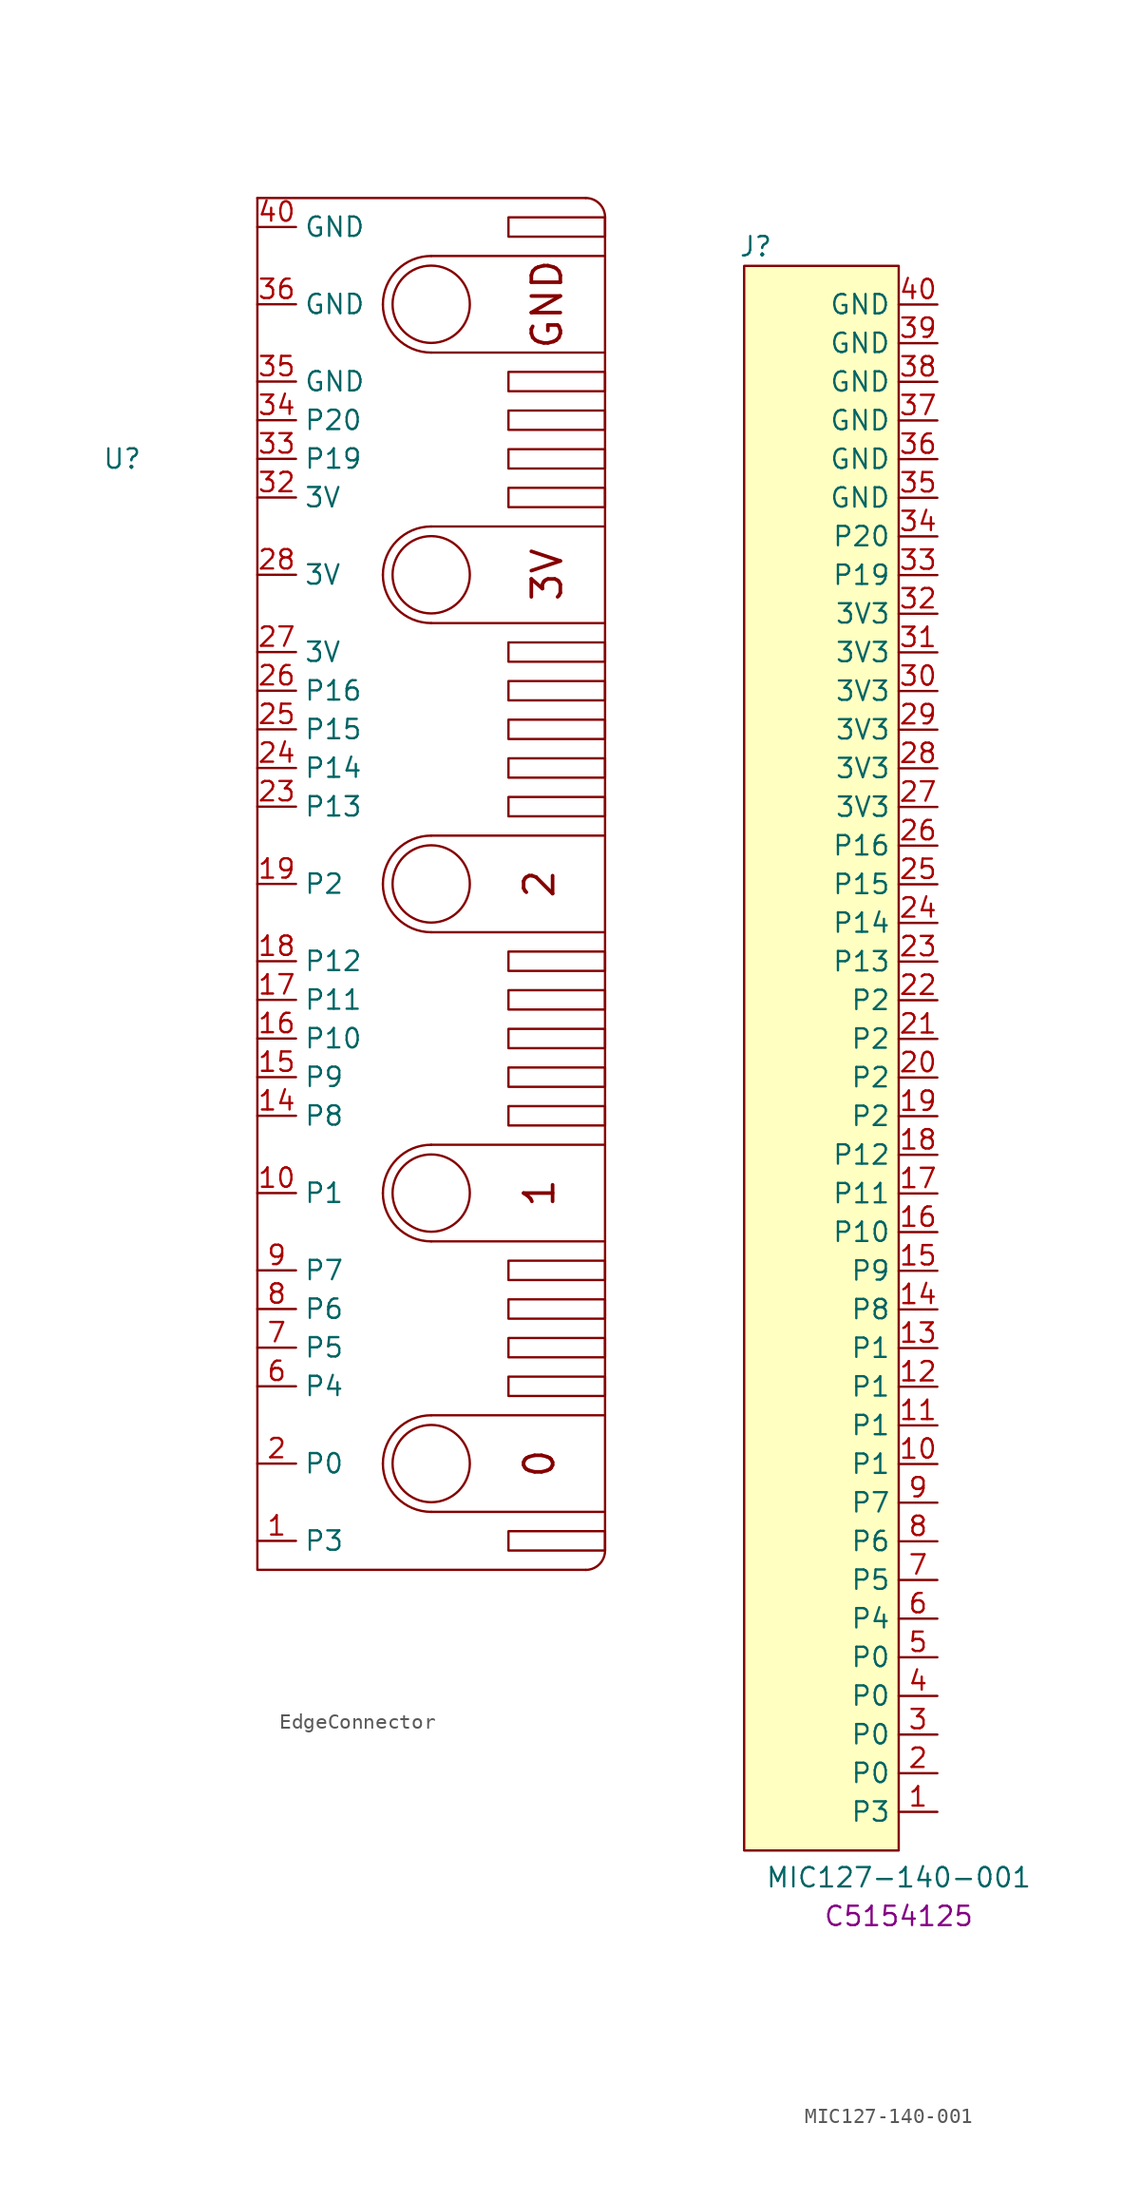
<source format=kicad_sym>
(kicad_symbol_lib
  (version 20241209)
  (generator "kicad_symbol_editor")
  (generator_version "9.0")
  (symbol "EdgeConnector"
    (property "Reference" "U"
      (at -8.89 27.94 0)
      (effects (font (size 1.27 1.27))))
    (property "Value" ""
      (at -3.81 0 0)
      (effects (font (size 1.27 1.27))))
    (symbol "EdgeConnector_0_1"
      (polyline (pts (xy 11.43 41.275) (xy 22.86 41.275)) (stroke (width 0) (type default)) (fill (type none)))
      (arc (start 8.255 38.1) (mid 9.1849 40.3451) (end 11.43 41.275) (stroke (width 0) (type default)) (fill (type none)))
      (circle (center 11.43 38.1) (radius 2.54) (stroke (width 0) (type default)) (fill (type none)))
      (arc (start 11.43 34.925) (mid 9.1849 35.8549) (end 8.255 38.1) (stroke (width 0) (type default)) (fill (type none)))
      (polyline (pts (xy 11.43 34.925) (xy 22.86 34.925)) (stroke (width 0) (type default)) (fill (type none)))
      (polyline (pts (xy 11.43 23.495) (xy 22.86 23.495)) (stroke (width 0) (type default)) (fill (type none)))
      (arc (start 8.255 20.32) (mid 9.1849 22.5651) (end 11.43 23.495) (stroke (width 0) (type default)) (fill (type none)))
      (circle (center 11.43 20.32) (radius 2.54) (stroke (width 0) (type default)) (fill (type none)))
      (arc (start 11.43 17.145) (mid 9.1849 18.0749) (end 8.255 20.32) (stroke (width 0) (type default)) (fill (type none)))
      (polyline (pts (xy 11.43 17.145) (xy 22.86 17.145)) (stroke (width 0) (type default)) (fill (type none)))
      (polyline (pts (xy 11.43 3.175) (xy 22.86 3.175)) (stroke (width 0) (type default)) (fill (type none)))
      (arc (start 8.255 0) (mid 9.1849 2.2451) (end 11.43 3.175) (stroke (width 0) (type default)) (fill (type none)))
      (circle (center 11.43 0) (radius 2.54) (stroke (width 0) (type default)) (fill (type none)))
      (arc (start 11.43 -3.175) (mid 9.1849 -2.2451) (end 8.255 0) (stroke (width 0) (type default)) (fill (type none)))
      (polyline (pts (xy 11.43 -3.175) (xy 22.86 -3.175)) (stroke (width 0) (type default)) (fill (type none)))
      (polyline (pts (xy 11.43 -17.145) (xy 22.86 -17.145)) (stroke (width 0) (type default)) (fill (type none)))
      (arc (start 8.255 -20.32) (mid 9.1849 -18.0749) (end 11.43 -17.145) (stroke (width 0) (type default)) (fill (type none)))
      (circle (center 11.43 -20.32) (radius 2.54) (stroke (width 0) (type default)) (fill (type none)))
      (arc (start 11.43 -23.495) (mid 9.1849 -22.5651) (end 8.255 -20.32) (stroke (width 0) (type default)) (fill (type none)))
      (polyline (pts (xy 11.43 -23.495) (xy 22.86 -23.495)) (stroke (width 0) (type default)) (fill (type none)))
      (polyline (pts (xy 11.43 -34.925) (xy 22.86 -34.925)) (stroke (width 0) (type default)) (fill (type none)))
      (arc (start 8.255 -38.1) (mid 9.1849 -35.8549) (end 11.43 -34.925) (stroke (width 0) (type default)) (fill (type none)))
      (circle (center 11.43 -38.1) (radius 2.54) (stroke (width 0) (type default)) (fill (type none)))
      (arc (start 11.43 -41.275) (mid 9.1849 -40.3451) (end 8.255 -38.1) (stroke (width 0) (type default)) (fill (type none)))
      (polyline (pts (xy 11.43 -41.275) (xy 22.86 -41.275)) (stroke (width 0) (type default)) (fill (type none)))
      (rectangle (start 16.51 33.655) (end 22.86 32.385) (stroke (width 0) (type default)) (fill (type none)))
      (rectangle (start 16.51 31.115) (end 22.86 29.845) (stroke (width 0) (type default)) (fill (type none)))
      (rectangle (start 16.51 28.575) (end 22.86 27.305) (stroke (width 0) (type default)) (fill (type none)))
      (rectangle (start 16.51 26.035) (end 22.86 24.765) (stroke (width 0) (type default)) (fill (type none)))
      (rectangle (start 16.51 15.875) (end 22.86 14.605) (stroke (width 0) (type default)) (fill (type none)))
      (rectangle (start 16.51 13.335) (end 22.86 12.065) (stroke (width 0) (type default)) (fill (type none)))
      (rectangle (start 16.51 10.795) (end 22.86 9.525) (stroke (width 0) (type default)) (fill (type none)))
      (rectangle (start 16.51 8.255) (end 22.86 6.985) (stroke (width 0) (type default)) (fill (type none)))
      (rectangle (start 16.51 5.715) (end 22.86 4.445) (stroke (width 0) (type default)) (fill (type none)))
      (rectangle (start 16.51 -4.445) (end 22.86 -5.715) (stroke (width 0) (type default)) (fill (type none)))
      (rectangle (start 16.51 -6.985) (end 22.86 -8.255) (stroke (width 0) (type default)) (fill (type none)))
      (rectangle (start 16.51 -9.525) (end 22.86 -10.795) (stroke (width 0) (type default)) (fill (type none)))
      (rectangle (start 16.51 -12.065) (end 22.86 -13.335) (stroke (width 0) (type default)) (fill (type none)))
      (rectangle (start 16.51 -14.605) (end 22.86 -15.875) (stroke (width 0) (type default)) (fill (type none)))
      (rectangle (start 16.51 -24.765) (end 22.86 -26.035) (stroke (width 0) (type default)) (fill (type none)))
      (rectangle (start 16.51 -27.305) (end 22.86 -28.575) (stroke (width 0) (type default)) (fill (type none)))
      (rectangle (start 16.51 -29.845) (end 22.86 -31.115) (stroke (width 0) (type default)) (fill (type none)))
      (rectangle (start 16.51 -32.385) (end 22.86 -33.655) (stroke (width 0) (type default)) (fill (type none)))
      (polyline (pts (xy 21.59 45.085) (xy 0 45.085)) (stroke (width 0) (type default)) (fill (type none)))
      (polyline (pts (xy 22.86 43.815) (xy 22.86 -43.815)) (stroke (width 0) (type default)) (fill (type none))))
    (symbol "EdgeConnector_1_1"
      (rectangle (start 16.51 43.815) (end 22.86 42.545) (stroke (width 0) (type solid)) (fill (type none)))
      (rectangle (start 16.51 -42.545) (end 22.86 -43.815) (stroke (width 0) (type default)) (fill (type none)))
      (arc (start 21.59 45.085) (mid 22.488 44.713) (end 22.86 43.815) (stroke (width 0) (type default)) (fill (type none)))
      (arc (start 22.86 -43.815) (mid 22.488 -44.713) (end 21.59 -45.085) (stroke (width 0) (type default)) (fill (type none)))
      (polyline (pts (xy 21.59 -45.085) (xy 0 -45.085) (xy 0 45.085)) (stroke (width 0) (type default)) (fill (type none)))
      (text "2" (at 18.542 0 900) (effects (font (size 1.905 1.905) (thickness 0.238))))
      (text "1" (at 18.542 -20.32 900) (effects (font (size 1.905 1.905) (thickness 0.238))))
      (text "0" (at 18.542 -38.1 900) (effects (font (size 1.905 1.905) (thickness 0.238))))
      (text "GND" (at 19.05 38.1 900) (effects (font (size 1.905 1.905) (thickness 0.238))))
      (text "3V" (at 19.05 20.32 900) (effects (font (size 1.905 1.905) (thickness 0.238))))
      (pin bidirectional line (at 0 43.18 0) (length 2.54) (name "GND" (effects (font (size 1.27 1.27)))) (number "40" (effects (font (size 1.27 1.27)))))
      (pin bidirectional line (at 0 38.1 0) (length 2.54) (name "GND" (effects (font (size 1.27 1.27)))) (number "36" (effects (font (size 1.27 1.27)))))
      (pin bidirectional line (at 0 33.02 0) (length 2.54) (name "GND" (effects (font (size 1.27 1.27)))) (number "35" (effects (font (size 1.27 1.27)))))
      (pin bidirectional line (at 0 30.48 0) (length 2.54) (name "P20" (effects (font (size 1.27 1.27)))) (number "34" (effects (font (size 1.27 1.27)))))
      (pin bidirectional line (at 0 27.94 0) (length 2.54) (name "P19" (effects (font (size 1.27 1.27)))) (number "33" (effects (font (size 1.27 1.27)))))
      (pin bidirectional line (at 0 25.4 0) (length 2.54) (name "3V" (effects (font (size 1.27 1.27)))) (number "32" (effects (font (size 1.27 1.27)))))
      (pin bidirectional line (at 0 20.32 0) (length 2.54) (name "3V" (effects (font (size 1.27 1.27)))) (number "28" (effects (font (size 1.27 1.27)))))
      (pin bidirectional line (at 0 15.24 0) (length 2.54) (name "3V" (effects (font (size 1.27 1.27)))) (number "27" (effects (font (size 1.27 1.27)))))
      (pin bidirectional line (at 0 12.7 0) (length 2.54) (name "P16" (effects (font (size 1.27 1.27)))) (number "26" (effects (font (size 1.27 1.27)))))
      (pin bidirectional line (at 0 10.16 0) (length 2.54) (name "P15" (effects (font (size 1.27 1.27)))) (number "25" (effects (font (size 1.27 1.27)))))
      (pin bidirectional line (at 0 7.62 0) (length 2.54) (name "P14" (effects (font (size 1.27 1.27)))) (number "24" (effects (font (size 1.27 1.27)))))
      (pin bidirectional line (at 0 5.08 0) (length 2.54) (name "P13" (effects (font (size 1.27 1.27)))) (number "23" (effects (font (size 1.27 1.27)))))
      (pin bidirectional line (at 0 0 0) (length 2.54) (name "P2" (effects (font (size 1.27 1.27)))) (number "19" (effects (font (size 1.27 1.27)))))
      (pin bidirectional line (at 0 -5.08 0) (length 2.54) (name "P12" (effects (font (size 1.27 1.27)))) (number "18" (effects (font (size 1.27 1.27)))))
      (pin bidirectional line (at 0 -7.62 0) (length 2.54) (name "P11" (effects (font (size 1.27 1.27)))) (number "17" (effects (font (size 1.27 1.27)))))
      (pin bidirectional line (at 0 -10.16 0) (length 2.54) (name "P10" (effects (font (size 1.27 1.27)))) (number "16" (effects (font (size 1.27 1.27)))))
      (pin bidirectional line (at 0 -12.7 0) (length 2.54) (name "P9" (effects (font (size 1.27 1.27)))) (number "15" (effects (font (size 1.27 1.27)))))
      (pin bidirectional line (at 0 -15.24 0) (length 2.54) (name "P8" (effects (font (size 1.27 1.27)))) (number "14" (effects (font (size 1.27 1.27)))))
      (pin bidirectional line (at 0 -20.32 0) (length 2.54) (name "P1" (effects (font (size 1.27 1.27)))) (number "10" (effects (font (size 1.27 1.27)))))
      (pin bidirectional line (at 0 -25.4 0) (length 2.54) (name "P7" (effects (font (size 1.27 1.27)))) (number "9" (effects (font (size 1.27 1.27)))))
      (pin bidirectional line (at 0 -27.94 0) (length 2.54) (name "P6" (effects (font (size 1.27 1.27)))) (number "8" (effects (font (size 1.27 1.27)))))
      (pin bidirectional line (at 0 -30.48 0) (length 2.54) (name "P5" (effects (font (size 1.27 1.27)))) (number "7" (effects (font (size 1.27 1.27)))))
      (pin bidirectional line (at 0 -33.02 0) (length 2.54) (name "P4" (effects (font (size 1.27 1.27)))) (number "6" (effects (font (size 1.27 1.27)))))
      (pin bidirectional line (at 0 -38.1 0) (length 2.54) (name "P0" (effects (font (size 1.27 1.27)))) (number "2" (effects (font (size 1.27 1.27)))))
      (pin bidirectional line (at 0 -43.18 0) (length 2.54) (name "P3" (effects (font (size 1.27 1.27)))) (number "1" (effects (font (size 1.27 1.27)))))))
  (symbol "MIC127-140-001"
    (property "Reference" "J"
      (at -9.398 54.61 0)
      (effects (font (size 1.27 1.27))))
    (property "Value" "MIC127-140-001"
      (at 0 -52.578 0)
      (effects (font (size 1.27 1.27))))
    (property "LCSC Part" "C5154125"
      (at 0 -55.118 0)
      (effects (font (size 1.27 1.27))))
    (symbol "MIC127-140-001_0_1"
      (rectangle (start -10.16 53.34) (end 0 -50.8) (stroke (width 0) (type default)) (fill (type background)))
      (pin unspecified line (at 2.54 45.72 180) (length 2.54) (name "GND" (effects (font (size 1.27 1.27)))) (number "38" (effects (font (size 1.27 1.27)))))
      (pin unspecified line (at 2.54 43.18 180) (length 2.54) (name "GND" (effects (font (size 1.27 1.27)))) (number "37" (effects (font (size 1.27 1.27)))))
      (pin unspecified line (at 2.54 40.64 180) (length 2.54) (name "GND" (effects (font (size 1.27 1.27)))) (number "36" (effects (font (size 1.27 1.27)))))
      (pin unspecified line (at 2.54 38.1 180) (length 2.54) (name "GND" (effects (font (size 1.27 1.27)))) (number "35" (effects (font (size 1.27 1.27)))))
      (pin unspecified line (at 2.54 35.56 180) (length 2.54) (name "P20" (effects (font (size 1.27 1.27)))) (number "34" (effects (font (size 1.27 1.27)))))
      (pin unspecified line (at 2.54 33.02 180) (length 2.54) (name "P19" (effects (font (size 1.27 1.27)))) (number "33" (effects (font (size 1.27 1.27)))))
      (pin unspecified line (at 2.54 27.94 180) (length 2.54) (name "3V3" (effects (font (size 1.27 1.27)))) (number "31" (effects (font (size 1.27 1.27)))))
      (pin unspecified line (at 2.54 25.4 180) (length 2.54) (name "3V3" (effects (font (size 1.27 1.27)))) (number "30" (effects (font (size 1.27 1.27)))))
      (pin unspecified line (at 2.54 22.86 180) (length 2.54) (name "3V3" (effects (font (size 1.27 1.27)))) (number "29" (effects (font (size 1.27 1.27)))))
      (pin unspecified line (at 2.54 20.32 180) (length 2.54) (name "3V3" (effects (font (size 1.27 1.27)))) (number "28" (effects (font (size 1.27 1.27)))))
      (pin unspecified line (at 2.54 17.78 180) (length 2.54) (name "3V3" (effects (font (size 1.27 1.27)))) (number "27" (effects (font (size 1.27 1.27)))))
      (pin unspecified line (at 2.54 5.08 180) (length 2.54) (name "P2" (effects (font (size 1.27 1.27)))) (number "22" (effects (font (size 1.27 1.27)))))
      (pin unspecified line (at 2.54 2.54 180) (length 2.54) (name "P2" (effects (font (size 1.27 1.27)))) (number "21" (effects (font (size 1.27 1.27)))))
      (pin unspecified line (at 2.54 0 180) (length 2.54) (name "P2" (effects (font (size 1.27 1.27)))) (number "20" (effects (font (size 1.27 1.27)))))
      (pin unspecified line (at 2.54 -2.54 180) (length 2.54) (name "P2" (effects (font (size 1.27 1.27)))) (number "19" (effects (font (size 1.27 1.27)))))
      (pin unspecified line (at 2.54 -17.78 180) (length 2.54) (name "P1" (effects (font (size 1.27 1.27)))) (number "13" (effects (font (size 1.27 1.27)))))
      (pin unspecified line (at 2.54 -20.32 180) (length 2.54) (name "P1" (effects (font (size 1.27 1.27)))) (number "12" (effects (font (size 1.27 1.27)))))
      (pin unspecified line (at 2.54 -22.86 180) (length 2.54) (name "P1" (effects (font (size 1.27 1.27)))) (number "11" (effects (font (size 1.27 1.27)))))
      (pin unspecified line (at 2.54 -25.4 180) (length 2.54) (name "P1" (effects (font (size 1.27 1.27)))) (number "10" (effects (font (size 1.27 1.27)))))
      (pin unspecified line (at 2.54 -40.64 180) (length 2.54) (name "P0" (effects (font (size 1.27 1.27)))) (number "4" (effects (font (size 1.27 1.27)))))
      (pin unspecified line (at 2.54 -43.18 180) (length 2.54) (name "P0" (effects (font (size 1.27 1.27)))) (number "3" (effects (font (size 1.27 1.27)))))
      (pin unspecified line (at 2.54 -45.72 180) (length 2.54) (name "P0" (effects (font (size 1.27 1.27)))) (number "2" (effects (font (size 1.27 1.27))))))
    (symbol "MIC127-140-001_1_1"
      (pin unspecified line (at 2.54 50.8 180) (length 2.54) (name "GND" (effects (font (size 1.27 1.27)))) (number "40" (effects (font (size 1.27 1.27)))))
      (pin unspecified line (at 2.54 48.26 180) (length 2.54) (name "GND" (effects (font (size 1.27 1.27)))) (number "39" (effects (font (size 1.27 1.27)))))
      (pin unspecified line (at 2.54 30.48 180) (length 2.54) (name "3V3" (effects (font (size 1.27 1.27)))) (number "32" (effects (font (size 1.27 1.27)))))
      (pin unspecified line (at 2.54 15.24 180) (length 2.54) (name "P16" (effects (font (size 1.27 1.27)))) (number "26" (effects (font (size 1.27 1.27)))))
      (pin unspecified line (at 2.54 12.7 180) (length 2.54) (name "P15" (effects (font (size 1.27 1.27)))) (number "25" (effects (font (size 1.27 1.27)))))
      (pin unspecified line (at 2.54 10.16 180) (length 2.54) (name "P14" (effects (font (size 1.27 1.27)))) (number "24" (effects (font (size 1.27 1.27)))))
      (pin unspecified line (at 2.54 7.62 180) (length 2.54) (name "P13" (effects (font (size 1.27 1.27)))) (number "23" (effects (font (size 1.27 1.27)))))
      (pin unspecified line (at 2.54 -5.08 180) (length 2.54) (name "P12" (effects (font (size 1.27 1.27)))) (number "18" (effects (font (size 1.27 1.27)))))
      (pin unspecified line (at 2.54 -7.62 180) (length 2.54) (name "P11" (effects (font (size 1.27 1.27)))) (number "17" (effects (font (size 1.27 1.27)))))
      (pin unspecified line (at 2.54 -10.16 180) (length 2.54) (name "P10" (effects (font (size 1.27 1.27)))) (number "16" (effects (font (size 1.27 1.27)))))
      (pin unspecified line (at 2.54 -12.7 180) (length 2.54) (name "P9" (effects (font (size 1.27 1.27)))) (number "15" (effects (font (size 1.27 1.27)))))
      (pin unspecified line (at 2.54 -15.24 180) (length 2.54) (name "P8" (effects (font (size 1.27 1.27)))) (number "14" (effects (font (size 1.27 1.27)))))
      (pin unspecified line (at 2.54 -27.94 180) (length 2.54) (name "P7" (effects (font (size 1.27 1.27)))) (number "9" (effects (font (size 1.27 1.27)))))
      (pin unspecified line (at 2.54 -30.48 180) (length 2.54) (name "P6" (effects (font (size 1.27 1.27)))) (number "8" (effects (font (size 1.27 1.27)))))
      (pin unspecified line (at 2.54 -33.02 180) (length 2.54) (name "P5" (effects (font (size 1.27 1.27)))) (number "7" (effects (font (size 1.27 1.27)))))
      (pin unspecified line (at 2.54 -35.56 180) (length 2.54) (name "P4" (effects (font (size 1.27 1.27)))) (number "6" (effects (font (size 1.27 1.27)))))
      (pin unspecified line (at 2.54 -38.1 180) (length 2.54) (name "P0" (effects (font (size 1.27 1.27)))) (number "5" (effects (font (size 1.27 1.27)))))
      (pin unspecified line (at 2.54 -48.26 180) (length 2.54) (name "P3" (effects (font (size 1.27 1.27)))) (number "1" (effects (font (size 1.27 1.27))))))))
</source>
